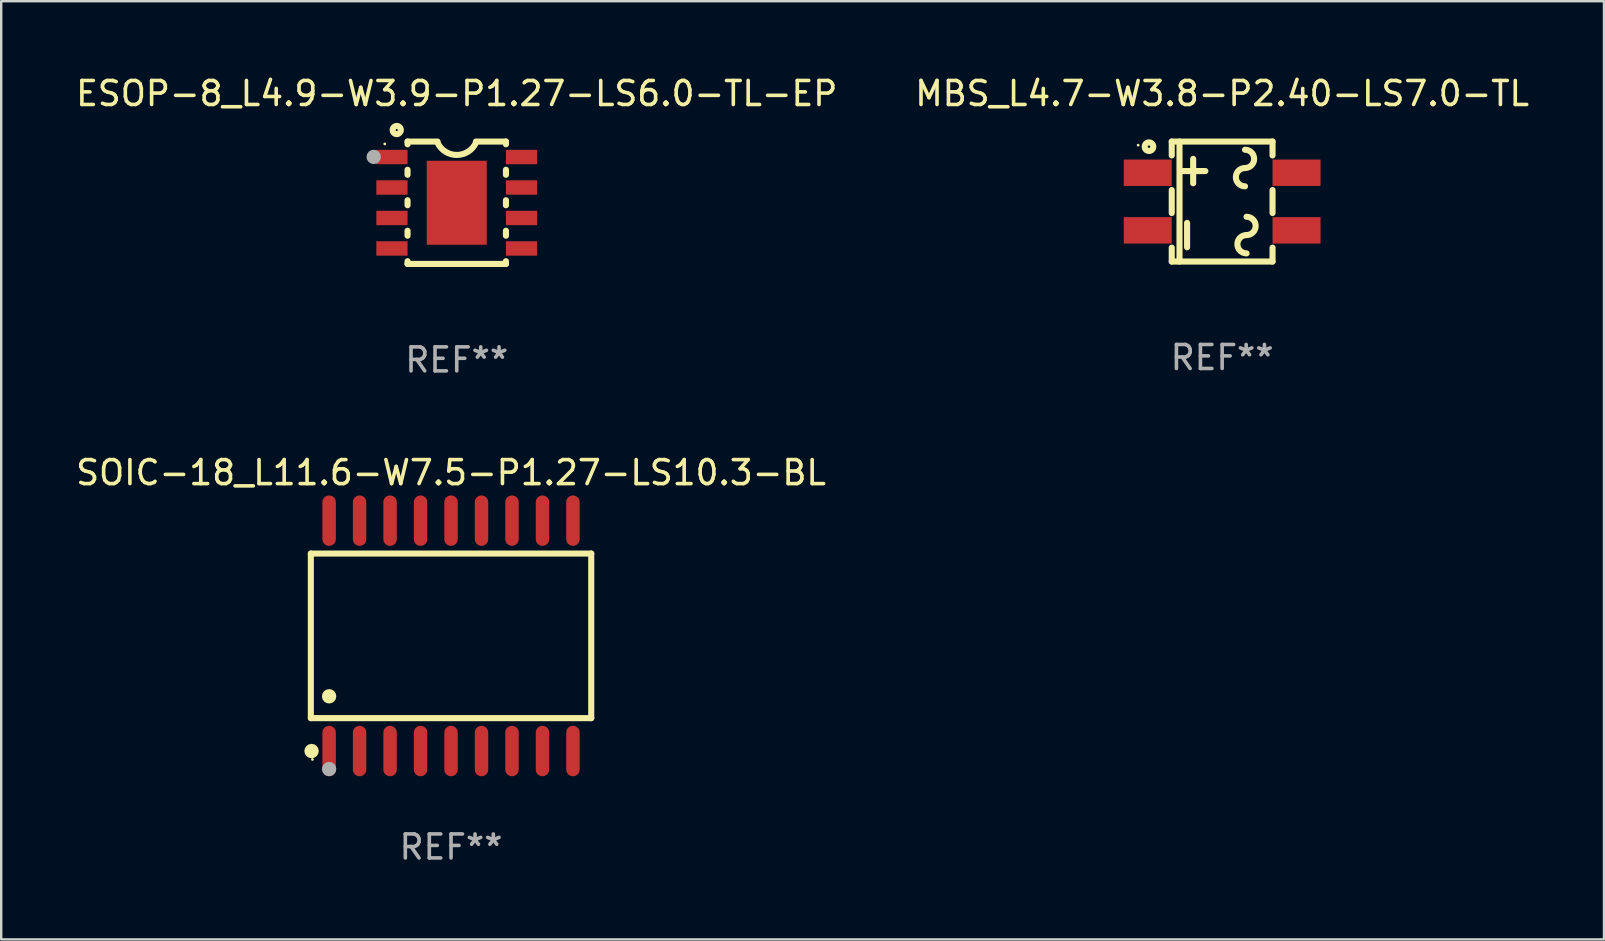
<source format=kicad_pcb>
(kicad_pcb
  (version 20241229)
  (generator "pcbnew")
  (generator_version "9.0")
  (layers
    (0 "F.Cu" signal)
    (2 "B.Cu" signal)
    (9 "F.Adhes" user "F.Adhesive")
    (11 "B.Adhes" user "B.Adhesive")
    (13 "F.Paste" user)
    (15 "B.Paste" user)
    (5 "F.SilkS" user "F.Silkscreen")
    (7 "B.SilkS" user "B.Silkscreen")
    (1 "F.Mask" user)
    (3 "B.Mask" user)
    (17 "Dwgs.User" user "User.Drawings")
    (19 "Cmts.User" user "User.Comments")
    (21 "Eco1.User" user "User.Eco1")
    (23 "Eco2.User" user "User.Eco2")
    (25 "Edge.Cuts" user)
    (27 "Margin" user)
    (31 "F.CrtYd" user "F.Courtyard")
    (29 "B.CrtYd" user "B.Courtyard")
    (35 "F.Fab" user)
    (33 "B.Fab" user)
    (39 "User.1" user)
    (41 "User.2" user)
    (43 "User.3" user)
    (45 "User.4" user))
  (footprint "ESOP-8_L4.9-W3.9-P1.27-LS6.0-TL-EP"
    (layer "F.Cu")
    (at 15.982 5.398)
    (property "Reference" "ESOP-8_L4.9-W3.9-P1.27-LS6.0-TL-EP" (at 0 -4.55 0) (layer "F.SilkS") (effects (font (size 1 1) (thickness 0.15))))
    (attr through_hole)
    (fp_line (start -2.05 -2.55) (end -2.05 -2.436) (stroke (width 0.254) (type solid)) (layer "F.SilkS"))
    (fp_line (start -2.05 -1.374) (end -2.05 -1.166) (stroke (width 0.254) (type solid)) (layer "F.SilkS"))
    (fp_line (start -2.05 -0.104) (end -2.05 0.104) (stroke (width 0.254) (type solid)) (layer "F.SilkS"))
    (fp_line (start -2.05 1.166) (end -2.05 1.374) (stroke (width 0.254) (type solid)) (layer "F.SilkS"))
    (fp_line (start -2.05 2.436) (end -2.05 2.55) (stroke (width 0.254) (type solid)) (layer "F.SilkS"))
    (fp_line (start -0.8 -2.55) (end -2.05 -2.55) (stroke (width 0.254) (type solid)) (layer "F.SilkS"))
    (fp_line (start 0.8 -2.55) (end 2.05 -2.55) (stroke (width 0.254) (type solid)) (layer "F.SilkS"))
    (fp_line (start 2.05 -2.55) (end 2.05 -2.436) (stroke (width 0.254) (type solid)) (layer "F.SilkS"))
    (fp_line (start 2.05 -1.374) (end 2.05 -1.166) (stroke (width 0.254) (type solid)) (layer "F.SilkS"))
    (fp_line (start 2.05 -0.104) (end 2.05 0.104) (stroke (width 0.254) (type solid)) (layer "F.SilkS"))
    (fp_line (start 2.05 1.166) (end 2.05 1.374) (stroke (width 0.254) (type solid)) (layer "F.SilkS"))
    (fp_line (start 2.05 2.436) (end 2.05 2.55) (stroke (width 0.254) (type solid)) (layer "F.SilkS"))
    (fp_line (start 2.05 2.55) (end -2.05 2.55) (stroke (width 0.254) (type solid)) (layer "F.SilkS"))
    (fp_arc (start 0.800102 -2.5) (mid 0 -1.991544) (end -0.800102 -2.5) (stroke (width 0.254001) (type solid)) (layer "F.SilkS"))
    (fp_circle (center -3 -2.45) (end -2.97 -2.45) (stroke (width 0.06) (type solid)) (fill no) (layer "F.SilkS"))
    (fp_circle (center -2.5 -3.03) (end -2.33 -3.03) (stroke (width 0.254) (type solid)) (fill no) (layer "F.SilkS"))
    (fp_circle (center -3.46 -1.91) (end -3.31 -1.91) (stroke (width 0.3) (type solid)) (fill no) (layer "F.Fab"))
    (fp_text user "REF**" (at 0 6.55 0) (layer "F.Fab") (effects (font (size 1 1) (thickness 0.15))))
    (pad "1" smd rect (at -2.7 -1.905) (size 1.3 0.6) (layers "F.Cu" "F.Mask" "F.Paste"))
    (pad "2" smd rect (at -2.7 -0.635) (size 1.3 0.6) (layers "F.Cu" "F.Mask" "F.Paste"))
    (pad "3" smd rect (at -2.7 0.635) (size 1.3 0.6) (layers "F.Cu" "F.Mask" "F.Paste"))
    (pad "4" smd rect (at -2.7 1.905) (size 1.3 0.6) (layers "F.Cu" "F.Mask" "F.Paste"))
    (pad "5" smd rect (at 2.7 1.905) (size 1.3 0.6) (layers "F.Cu" "F.Mask" "F.Paste"))
    (pad "6" smd rect (at 2.7 0.635) (size 1.3 0.6) (layers "F.Cu" "F.Mask" "F.Paste"))
    (pad "7" smd rect (at 2.7 -0.635) (size 1.3 0.6) (layers "F.Cu" "F.Mask" "F.Paste"))
    (pad "8" smd rect (at 2.7 -1.905) (size 1.3 0.6) (layers "F.Cu" "F.Mask" "F.Paste"))
    (pad "9" smd rect (at 0.000127 0) (size 2.5 3.5) (layers "F.Cu" "F.Mask" "F.Paste")))
  (footprint "SOIC-18_L11.6-W7.5-P1.27-LS10.3-BL"
    (layer "F.Cu")
    (at 15.744 23.445)
    (property "Reference" "SOIC-18_L11.6-W7.5-P1.27-LS10.3-BL" (at 0 -6.8 0) (layer "F.SilkS") (effects (font (size 1 1) (thickness 0.15))))
    (attr through_hole)
    (fp_line (start -5.842 -3.429) (end -5.842 3.429) (stroke (width 0.254) (type solid)) (layer "F.SilkS"))
    (fp_line (start -5.842 3.429) (end 5.842 3.429) (stroke (width 0.254) (type solid)) (layer "F.SilkS"))
    (fp_line (start 5.842 -3.429) (end -5.842 -3.429) (stroke (width 0.254) (type solid)) (layer "F.SilkS"))
    (fp_line (start 5.842 3.429) (end 5.842 -3.429) (stroke (width 0.254) (type solid)) (layer "F.SilkS"))
    (fp_circle (center -5.812 4.8) (end -5.662 4.8) (stroke (width 0.3) (type solid)) (fill no) (layer "F.SilkS"))
    (fp_circle (center -5.775 5.15) (end -5.745 5.15) (stroke (width 0.06) (type solid)) (fill no) (layer "F.SilkS"))
    (fp_circle (center -5.08 2.519) (end -4.93 2.519) (stroke (width 0.3) (type solid)) (fill no) (layer "F.SilkS"))
    (fp_circle (center -5.08 5.55) (end -4.93 5.55) (stroke (width 0.3) (type solid)) (fill no) (layer "F.Fab"))
    (fp_text user "REF**" (at 0 8.8 0) (layer "F.Fab") (effects (font (size 1 1) (thickness 0.15))))
    (pad "1" smd oval (at -5.08 4.8) (size 0.56 2.1) (layers "F.Cu" "F.Mask" "F.Paste"))
    (pad "2" smd oval (at -3.81 4.8) (size 0.56 2.1) (layers "F.Cu" "F.Mask" "F.Paste"))
    (pad "3" smd oval (at -2.54 4.8) (size 0.56 2.1) (layers "F.Cu" "F.Mask" "F.Paste"))
    (pad "4" smd oval (at -1.27 4.8) (size 0.56 2.1) (layers "F.Cu" "F.Mask" "F.Paste"))
    (pad "5" smd oval (at 0 4.8) (size 0.56 2.1) (layers "F.Cu" "F.Mask" "F.Paste"))
    (pad "6" smd oval (at 1.27 4.8) (size 0.56 2.1) (layers "F.Cu" "F.Mask" "F.Paste"))
    (pad "7" smd oval (at 2.54 4.8) (size 0.56 2.1) (layers "F.Cu" "F.Mask" "F.Paste"))
    (pad "8" smd oval (at 3.81 4.8) (size 0.56 2.1) (layers "F.Cu" "F.Mask" "F.Paste"))
    (pad "9" smd oval (at 5.08 4.8) (size 0.56 2.1) (layers "F.Cu" "F.Mask" "F.Paste"))
    (pad "10" smd oval (at 5.08 -4.8) (size 0.56 2.1) (layers "F.Cu" "F.Mask" "F.Paste"))
    (pad "11" smd oval (at 3.81 -4.8) (size 0.56 2.1) (layers "F.Cu" "F.Mask" "F.Paste"))
    (pad "12" smd oval (at 2.54 -4.8) (size 0.56 2.1) (layers "F.Cu" "F.Mask" "F.Paste"))
    (pad "13" smd oval (at 1.27 -4.8) (size 0.56 2.1) (layers "F.Cu" "F.Mask" "F.Paste"))
    (pad "14" smd oval (at 0 -4.8) (size 0.56 2.1) (layers "F.Cu" "F.Mask" "F.Paste"))
    (pad "15" smd oval (at -1.27 -4.8) (size 0.56 2.1) (layers "F.Cu" "F.Mask" "F.Paste"))
    (pad "16" smd oval (at -2.54 -4.8) (size 0.56 2.1) (layers "F.Cu" "F.Mask" "F.Paste"))
    (pad "17" smd oval (at -3.81 -4.8) (size 0.56 2.1) (layers "F.Cu" "F.Mask" "F.Paste"))
    (pad "18" smd oval (at -5.08 -4.8) (size 0.56 2.1) (layers "F.Cu" "F.Mask" "F.Paste")))
  (footprint "MBS_L4.7-W3.8-P2.40-LS7.0-TL"
    (layer "F.Cu")
    (at 47.875 5.348)
    (property "Reference" "MBS_L4.7-W3.8-P2.40-LS7.0-TL" (at 0 -4.5 0) (layer "F.SilkS") (effects (font (size 1 1) (thickness 0.15))))
    (attr through_hole)
    (fp_line (start -2.1 -2.5) (end -2.1 -1.921) (stroke (width 0.254) (type solid)) (layer "F.SilkS"))
    (fp_line (start -2.1 -0.479) (end -2.1 0.479) (stroke (width 0.254) (type solid)) (layer "F.SilkS"))
    (fp_line (start -2.1 1.921) (end -2.1 2.5) (stroke (width 0.254) (type solid)) (layer "F.SilkS"))
    (fp_line (start -1.777 -2.5) (end -1.777 2.5) (stroke (width 0.254) (type solid)) (layer "F.SilkS"))
    (fp_line (start -1.715 -1.27) (end -0.699 -1.27) (stroke (width 0.254) (type solid)) (layer "F.SilkS"))
    (fp_line (start -1.461 1.905) (end -1.461 0.889) (stroke (width 0.254) (type solid)) (layer "F.SilkS"))
    (fp_line (start -1.207 -0.762) (end -1.207 -1.778) (stroke (width 0.254) (type solid)) (layer "F.SilkS"))
    (fp_line (start 2.1 -2.5) (end -2.1 -2.5) (stroke (width 0.254) (type solid)) (layer "F.SilkS"))
    (fp_line (start 2.1 -2.5) (end 2.1 -1.921) (stroke (width 0.254) (type solid)) (layer "F.SilkS"))
    (fp_line (start 2.1 -0.479) (end 2.1 0.479) (stroke (width 0.254) (type solid)) (layer "F.SilkS"))
    (fp_line (start 2.1 1.921) (end 2.1 2.5) (stroke (width 0.254) (type solid)) (layer "F.SilkS"))
    (fp_line (start 2.1 2.5) (end -2.1 2.5) (stroke (width 0.254) (type solid)) (layer "F.SilkS"))
    (fp_arc (start 0.952375 -2.158954) (mid 1.333376 -1.777953) (end 0.952375 -1.396952) (stroke (width 0.254001) (type solid)) (layer "F.SilkS"))
    (fp_arc (start 0.952375 -0.63495) (mid 0.571374 -1.015951) (end 0.952375 -1.396952) (stroke (width 0.254001) (type solid)) (layer "F.SilkS"))
    (fp_arc (start 1.015875 0.635052) (mid 1.396876 1.016053) (end 1.015875 1.397054) (stroke (width 0.254001) (type solid)) (layer "F.SilkS"))
    (fp_arc (start 1.015875 2.159055) (mid 0.634874 1.778054) (end 1.015875 1.397053) (stroke (width 0.254001) (type solid)) (layer "F.SilkS"))
    (fp_circle (center -3.5 -2.35) (end -3.47 -2.35) (stroke (width 0.06) (type solid)) (fill no) (layer "F.SilkS"))
    (fp_circle (center -3.048 -2.286) (end -2.869 -2.286) (stroke (width 0.254) (type solid)) (fill no) (layer "F.SilkS"))
    (fp_text user "REF**" (at 0 6.5 0) (layer "F.Fab") (effects (font (size 1 1) (thickness 0.15))))
    (pad "1" smd rect (at -3.1 -1.2) (size 2 1.1) (layers "F.Cu" "F.Mask" "F.Paste"))
    (pad "2" smd rect (at -3.1 1.2) (size 2 1.1) (layers "F.Cu" "F.Mask" "F.Paste"))
    (pad "3" smd rect (at 3.1 1.2) (size 2 1.1) (layers "F.Cu" "F.Mask" "F.Paste"))
    (pad "4" smd rect (at 3.1 -1.2) (size 2 1.1) (layers "F.Cu" "F.Mask" "F.Paste")))
  (gr_rect
    (start -3 -3)
    (end 63.786 36.093)
    (stroke (width 0.1) (type default))
    (fill no)
    (layer "Edge.Cuts")))
</source>
